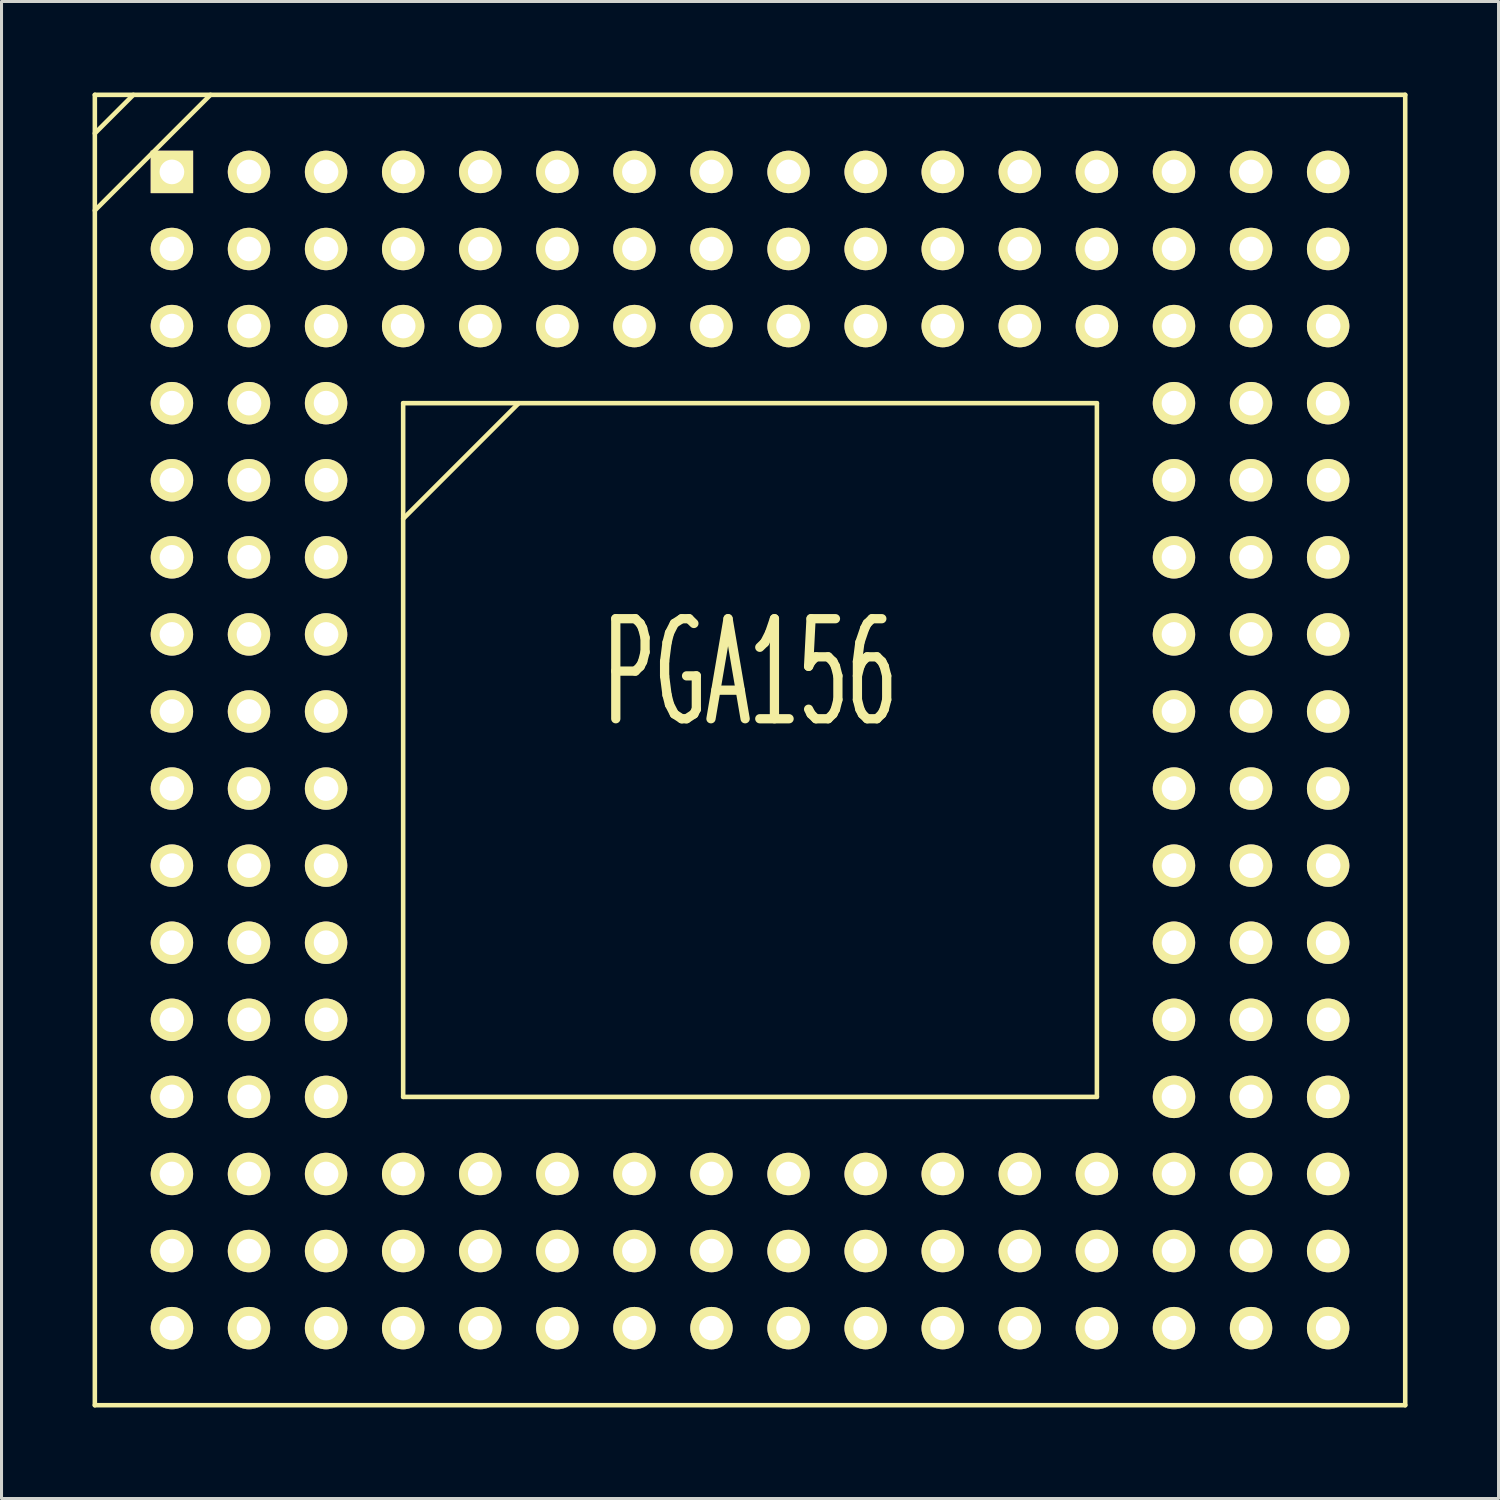
<source format=kicad_pcb>
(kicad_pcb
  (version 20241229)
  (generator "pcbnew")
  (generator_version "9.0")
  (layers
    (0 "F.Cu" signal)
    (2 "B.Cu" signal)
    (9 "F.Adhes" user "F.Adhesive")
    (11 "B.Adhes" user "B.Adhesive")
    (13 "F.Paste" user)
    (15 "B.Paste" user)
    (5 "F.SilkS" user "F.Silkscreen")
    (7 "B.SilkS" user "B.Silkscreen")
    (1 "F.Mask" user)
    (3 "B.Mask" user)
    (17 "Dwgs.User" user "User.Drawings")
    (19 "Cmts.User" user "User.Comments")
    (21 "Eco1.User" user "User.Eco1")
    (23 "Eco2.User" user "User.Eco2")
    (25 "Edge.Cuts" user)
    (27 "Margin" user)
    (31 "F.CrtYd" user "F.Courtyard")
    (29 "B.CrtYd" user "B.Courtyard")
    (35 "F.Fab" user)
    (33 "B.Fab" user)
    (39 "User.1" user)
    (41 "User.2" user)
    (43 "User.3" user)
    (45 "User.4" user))
  (footprint "PGA156"
    (layer "F.Cu")
    (at 21.665 21.665)
    (property "Reference" "PGA156" (at 0 -2.54 0) (layer "F.SilkS") (effects (font (size 3.297 1.689) (thickness 0.305))))
    (attr through_hole)
    (fp_line (start -21.59 -21.59) (end 21.59 -21.59) (stroke (width 0.15) (type solid)) (layer "F.SilkS"))
    (fp_line (start -21.59 -20.32) (end -20.32 -21.59) (stroke (width 0.15) (type solid)) (layer "F.SilkS"))
    (fp_line (start -21.59 -17.78) (end -17.78 -21.59) (stroke (width 0.15) (type solid)) (layer "F.SilkS"))
    (fp_line (start -21.59 21.59) (end -21.59 -21.59) (stroke (width 0.15) (type solid)) (layer "F.SilkS"))
    (fp_line (start -11.43 -11.43) (end 11.43 -11.43) (stroke (width 0.15) (type solid)) (layer "F.SilkS"))
    (fp_line (start -11.43 -7.62) (end -7.62 -11.43) (stroke (width 0.15) (type solid)) (layer "F.SilkS"))
    (fp_line (start -11.43 11.43) (end -11.43 -11.43) (stroke (width 0.15) (type solid)) (layer "F.SilkS"))
    (fp_line (start 11.43 -11.43) (end 11.43 11.43) (stroke (width 0.15) (type solid)) (layer "F.SilkS"))
    (fp_line (start 11.43 11.43) (end -11.43 11.43) (stroke (width 0.15) (type solid)) (layer "F.SilkS"))
    (fp_line (start 21.59 -21.59) (end 21.59 21.59) (stroke (width 0.15) (type solid)) (layer "F.SilkS"))
    (fp_line (start 21.59 21.59) (end -21.59 21.59) (stroke (width 0.15) (type solid)) (layer "F.SilkS"))
    (pad "A1" thru_hole rect (at -19.05 -19.05) (size 1.397 1.397) (drill 0.813) (layers "*.Cu" "*.Mask" "F.SilkS"))
    (pad "A2" thru_hole circle (at -16.51 -19.05) (size 1.397 1.397) (drill 0.813) (layers "*.Cu" "*.Mask" "F.SilkS"))
    (pad "A3" thru_hole circle (at -13.97 -19.05) (size 1.397 1.397) (drill 0.813) (layers "*.Cu" "*.Mask" "F.SilkS"))
    (pad "A4" thru_hole circle (at -11.43 -19.05) (size 1.397 1.397) (drill 0.813) (layers "*.Cu" "*.Mask" "F.SilkS"))
    (pad "A5" thru_hole circle (at -8.89 -19.05) (size 1.397 1.397) (drill 0.813) (layers "*.Cu" "*.Mask" "F.SilkS"))
    (pad "A6" thru_hole circle (at -6.35 -19.05) (size 1.397 1.397) (drill 0.813) (layers "*.Cu" "*.Mask" "F.SilkS"))
    (pad "A7" thru_hole circle (at -3.81 -19.05) (size 1.397 1.397) (drill 0.813) (layers "*.Cu" "*.Mask" "F.SilkS"))
    (pad "A8" thru_hole circle (at -1.27 -19.05) (size 1.397 1.397) (drill 0.813) (layers "*.Cu" "*.Mask" "F.SilkS"))
    (pad "A9" thru_hole circle (at 1.27 -19.05) (size 1.397 1.397) (drill 0.813) (layers "*.Cu" "*.Mask" "F.SilkS"))
    (pad "A10" thru_hole circle (at 3.81 -19.05) (size 1.397 1.397) (drill 0.813) (layers "*.Cu" "*.Mask" "F.SilkS"))
    (pad "A11" thru_hole circle (at 6.35 -19.05) (size 1.397 1.397) (drill 0.813) (layers "*.Cu" "*.Mask" "F.SilkS"))
    (pad "A12" thru_hole circle (at 8.89 -19.05) (size 1.397 1.397) (drill 0.813) (layers "*.Cu" "*.Mask" "F.SilkS"))
    (pad "A13" thru_hole circle (at 11.43 -19.05) (size 1.397 1.397) (drill 0.813) (layers "*.Cu" "*.Mask" "F.SilkS"))
    (pad "A14" thru_hole circle (at 13.97 -19.05) (size 1.397 1.397) (drill 0.813) (layers "*.Cu" "*.Mask" "F.SilkS"))
    (pad "A15" thru_hole circle (at 16.51 -19.05) (size 1.397 1.397) (drill 0.813) (layers "*.Cu" "*.Mask" "F.SilkS"))
    (pad "A16" thru_hole circle (at 19.05 -19.05) (size 1.397 1.397) (drill 0.813) (layers "*.Cu" "*.Mask" "F.SilkS"))
    (pad "B1" thru_hole circle (at -19.05 -16.51) (size 1.397 1.397) (drill 0.813) (layers "*.Cu" "*.Mask" "F.SilkS"))
    (pad "B2" thru_hole circle (at -16.51 -16.51) (size 1.397 1.397) (drill 0.813) (layers "*.Cu" "*.Mask" "F.SilkS"))
    (pad "B3" thru_hole circle (at -13.97 -16.51) (size 1.397 1.397) (drill 0.813) (layers "*.Cu" "*.Mask" "F.SilkS"))
    (pad "B4" thru_hole circle (at -11.43 -16.51) (size 1.397 1.397) (drill 0.813) (layers "*.Cu" "*.Mask" "F.SilkS"))
    (pad "B5" thru_hole circle (at -8.89 -16.51) (size 1.397 1.397) (drill 0.813) (layers "*.Cu" "*.Mask" "F.SilkS"))
    (pad "B6" thru_hole circle (at -6.35 -16.51) (size 1.397 1.397) (drill 0.813) (layers "*.Cu" "*.Mask" "F.SilkS"))
    (pad "B7" thru_hole circle (at -3.81 -16.51) (size 1.397 1.397) (drill 0.813) (layers "*.Cu" "*.Mask" "F.SilkS"))
    (pad "B8" thru_hole circle (at -1.27 -16.51) (size 1.397 1.397) (drill 0.813) (layers "*.Cu" "*.Mask" "F.SilkS"))
    (pad "B9" thru_hole circle (at 1.27 -16.51) (size 1.397 1.397) (drill 0.813) (layers "*.Cu" "*.Mask" "F.SilkS"))
    (pad "B10" thru_hole circle (at 3.81 -16.51) (size 1.397 1.397) (drill 0.813) (layers "*.Cu" "*.Mask" "F.SilkS"))
    (pad "B11" thru_hole circle (at 6.35 -16.51) (size 1.397 1.397) (drill 0.813) (layers "*.Cu" "*.Mask" "F.SilkS"))
    (pad "B12" thru_hole circle (at 8.89 -16.51) (size 1.397 1.397) (drill 0.813) (layers "*.Cu" "*.Mask" "F.SilkS"))
    (pad "B13" thru_hole circle (at 11.43 -16.51) (size 1.397 1.397) (drill 0.813) (layers "*.Cu" "*.Mask" "F.SilkS"))
    (pad "B14" thru_hole circle (at 13.97 -16.51) (size 1.397 1.397) (drill 0.813) (layers "*.Cu" "*.Mask" "F.SilkS"))
    (pad "B15" thru_hole circle (at 16.51 -16.51) (size 1.397 1.397) (drill 0.813) (layers "*.Cu" "*.Mask" "F.SilkS"))
    (pad "B16" thru_hole circle (at 19.05 -16.51) (size 1.397 1.397) (drill 0.813) (layers "*.Cu" "*.Mask" "F.SilkS"))
    (pad "C1" thru_hole circle (at -19.05 -13.97) (size 1.397 1.397) (drill 0.813) (layers "*.Cu" "*.Mask" "F.SilkS"))
    (pad "C2" thru_hole circle (at -16.51 -13.97) (size 1.397 1.397) (drill 0.813) (layers "*.Cu" "*.Mask" "F.SilkS"))
    (pad "C3" thru_hole circle (at -13.97 -13.97) (size 1.397 1.397) (drill 0.813) (layers "*.Cu" "*.Mask" "F.SilkS"))
    (pad "C4" thru_hole circle (at -11.43 -13.97) (size 1.397 1.397) (drill 0.813) (layers "*.Cu" "*.Mask" "F.SilkS"))
    (pad "C5" thru_hole circle (at -8.89 -13.97) (size 1.397 1.397) (drill 0.813) (layers "*.Cu" "*.Mask" "F.SilkS"))
    (pad "C6" thru_hole circle (at -6.35 -13.97) (size 1.397 1.397) (drill 0.813) (layers "*.Cu" "*.Mask" "F.SilkS"))
    (pad "C7" thru_hole circle (at -3.81 -13.97) (size 1.397 1.397) (drill 0.813) (layers "*.Cu" "*.Mask" "F.SilkS"))
    (pad "C8" thru_hole circle (at -1.27 -13.97) (size 1.397 1.397) (drill 0.813) (layers "*.Cu" "*.Mask" "F.SilkS"))
    (pad "C9" thru_hole circle (at 1.27 -13.97) (size 1.397 1.397) (drill 0.813) (layers "*.Cu" "*.Mask" "F.SilkS"))
    (pad "C10" thru_hole circle (at 3.81 -13.97) (size 1.397 1.397) (drill 0.813) (layers "*.Cu" "*.Mask" "F.SilkS"))
    (pad "C11" thru_hole circle (at 6.35 -13.97) (size 1.397 1.397) (drill 0.813) (layers "*.Cu" "*.Mask" "F.SilkS"))
    (pad "C12" thru_hole circle (at 8.89 -13.97) (size 1.397 1.397) (drill 0.813) (layers "*.Cu" "*.Mask" "F.SilkS"))
    (pad "C13" thru_hole circle (at 11.43 -13.97) (size 1.397 1.397) (drill 0.813) (layers "*.Cu" "*.Mask" "F.SilkS"))
    (pad "C14" thru_hole circle (at 13.97 -13.97) (size 1.397 1.397) (drill 0.813) (layers "*.Cu" "*.Mask" "F.SilkS"))
    (pad "C15" thru_hole circle (at 16.51 -13.97) (size 1.397 1.397) (drill 0.813) (layers "*.Cu" "*.Mask" "F.SilkS"))
    (pad "C16" thru_hole circle (at 19.05 -13.97) (size 1.397 1.397) (drill 0.813) (layers "*.Cu" "*.Mask" "F.SilkS"))
    (pad "D1" thru_hole circle (at -19.05 -11.43) (size 1.397 1.397) (drill 0.813) (layers "*.Cu" "*.Mask" "F.SilkS"))
    (pad "D2" thru_hole circle (at -16.51 -11.43) (size 1.397 1.397) (drill 0.813) (layers "*.Cu" "*.Mask" "F.SilkS"))
    (pad "D3" thru_hole circle (at -13.97 -11.43) (size 1.397 1.397) (drill 0.813) (layers "*.Cu" "*.Mask" "F.SilkS"))
    (pad "D14" thru_hole circle (at 13.97 -11.43) (size 1.397 1.397) (drill 0.813) (layers "*.Cu" "*.Mask" "F.SilkS"))
    (pad "D15" thru_hole circle (at 16.51 -11.43) (size 1.397 1.397) (drill 0.813) (layers "*.Cu" "*.Mask" "F.SilkS"))
    (pad "D16" thru_hole circle (at 19.05 -11.43) (size 1.397 1.397) (drill 0.813) (layers "*.Cu" "*.Mask" "F.SilkS"))
    (pad "E1" thru_hole circle (at -19.05 -8.89) (size 1.397 1.397) (drill 0.813) (layers "*.Cu" "*.Mask" "F.SilkS"))
    (pad "E2" thru_hole circle (at -16.51 -8.89) (size 1.397 1.397) (drill 0.813) (layers "*.Cu" "*.Mask" "F.SilkS"))
    (pad "E3" thru_hole circle (at -13.97 -8.89) (size 1.397 1.397) (drill 0.813) (layers "*.Cu" "*.Mask" "F.SilkS"))
    (pad "E14" thru_hole circle (at 13.97 -8.89) (size 1.397 1.397) (drill 0.813) (layers "*.Cu" "*.Mask" "F.SilkS"))
    (pad "E15" thru_hole circle (at 16.51 -8.89) (size 1.397 1.397) (drill 0.813) (layers "*.Cu" "*.Mask" "F.SilkS"))
    (pad "E16" thru_hole circle (at 19.05 -8.89) (size 1.397 1.397) (drill 0.813) (layers "*.Cu" "*.Mask" "F.SilkS"))
    (pad "F1" thru_hole circle (at -19.05 -6.35) (size 1.397 1.397) (drill 0.813) (layers "*.Cu" "*.Mask" "F.SilkS"))
    (pad "F2" thru_hole circle (at -16.51 -6.35) (size 1.397 1.397) (drill 0.813) (layers "*.Cu" "*.Mask" "F.SilkS"))
    (pad "F3" thru_hole circle (at -13.97 -6.35) (size 1.397 1.397) (drill 0.813) (layers "*.Cu" "*.Mask" "F.SilkS"))
    (pad "F14" thru_hole circle (at 13.97 -6.35) (size 1.397 1.397) (drill 0.813) (layers "*.Cu" "*.Mask" "F.SilkS"))
    (pad "F15" thru_hole circle (at 16.51 -6.35) (size 1.397 1.397) (drill 0.813) (layers "*.Cu" "*.Mask" "F.SilkS"))
    (pad "F16" thru_hole circle (at 19.05 -6.35) (size 1.397 1.397) (drill 0.813) (layers "*.Cu" "*.Mask" "F.SilkS"))
    (pad "G1" thru_hole circle (at -19.05 -3.81) (size 1.397 1.397) (drill 0.813) (layers "*.Cu" "*.Mask" "F.SilkS"))
    (pad "G2" thru_hole circle (at -16.51 -3.81) (size 1.397 1.397) (drill 0.813) (layers "*.Cu" "*.Mask" "F.SilkS"))
    (pad "G3" thru_hole circle (at -13.97 -3.81) (size 1.397 1.397) (drill 0.813) (layers "*.Cu" "*.Mask" "F.SilkS"))
    (pad "G14" thru_hole circle (at 13.97 -3.81) (size 1.397 1.397) (drill 0.813) (layers "*.Cu" "*.Mask" "F.SilkS"))
    (pad "G15" thru_hole circle (at 16.51 -3.81) (size 1.397 1.397) (drill 0.813) (layers "*.Cu" "*.Mask" "F.SilkS"))
    (pad "G16" thru_hole circle (at 19.05 -3.81) (size 1.397 1.397) (drill 0.813) (layers "*.Cu" "*.Mask" "F.SilkS"))
    (pad "H1" thru_hole circle (at -19.05 -1.27) (size 1.397 1.397) (drill 0.813) (layers "*.Cu" "*.Mask" "F.SilkS"))
    (pad "H2" thru_hole circle (at -16.51 -1.27) (size 1.397 1.397) (drill 0.813) (layers "*.Cu" "*.Mask" "F.SilkS"))
    (pad "H3" thru_hole circle (at -13.97 -1.27) (size 1.397 1.397) (drill 0.813) (layers "*.Cu" "*.Mask" "F.SilkS"))
    (pad "H14" thru_hole circle (at 13.97 -1.27) (size 1.397 1.397) (drill 0.813) (layers "*.Cu" "*.Mask" "F.SilkS"))
    (pad "H15" thru_hole circle (at 16.51 -1.27) (size 1.397 1.397) (drill 0.813) (layers "*.Cu" "*.Mask" "F.SilkS"))
    (pad "H16" thru_hole circle (at 19.05 -1.27) (size 1.397 1.397) (drill 0.813) (layers "*.Cu" "*.Mask" "F.SilkS"))
    (pad "J1" thru_hole circle (at -19.05 1.27) (size 1.397 1.397) (drill 0.813) (layers "*.Cu" "*.Mask" "F.SilkS"))
    (pad "J2" thru_hole circle (at -16.51 1.27) (size 1.397 1.397) (drill 0.813) (layers "*.Cu" "*.Mask" "F.SilkS"))
    (pad "J3" thru_hole circle (at -13.97 1.27) (size 1.397 1.397) (drill 0.813) (layers "*.Cu" "*.Mask" "F.SilkS"))
    (pad "J14" thru_hole circle (at 13.97 1.27) (size 1.397 1.397) (drill 0.813) (layers "*.Cu" "*.Mask" "F.SilkS"))
    (pad "J15" thru_hole circle (at 16.51 1.27) (size 1.397 1.397) (drill 0.813) (layers "*.Cu" "*.Mask" "F.SilkS"))
    (pad "J16" thru_hole circle (at 19.05 1.27) (size 1.397 1.397) (drill 0.813) (layers "*.Cu" "*.Mask" "F.SilkS"))
    (pad "K1" thru_hole circle (at -19.05 3.81) (size 1.397 1.397) (drill 0.813) (layers "*.Cu" "*.Mask" "F.SilkS"))
    (pad "K2" thru_hole circle (at -16.51 3.81) (size 1.397 1.397) (drill 0.813) (layers "*.Cu" "*.Mask" "F.SilkS"))
    (pad "K3" thru_hole circle (at -13.97 3.81) (size 1.397 1.397) (drill 0.813) (layers "*.Cu" "*.Mask" "F.SilkS"))
    (pad "K14" thru_hole circle (at 13.97 3.81) (size 1.397 1.397) (drill 0.813) (layers "*.Cu" "*.Mask" "F.SilkS"))
    (pad "K15" thru_hole circle (at 16.51 3.81) (size 1.397 1.397) (drill 0.813) (layers "*.Cu" "*.Mask" "F.SilkS"))
    (pad "K16" thru_hole circle (at 19.05 3.81) (size 1.397 1.397) (drill 0.813) (layers "*.Cu" "*.Mask" "F.SilkS"))
    (pad "L1" thru_hole circle (at -19.05 6.35) (size 1.397 1.397) (drill 0.813) (layers "*.Cu" "*.Mask" "F.SilkS"))
    (pad "L2" thru_hole circle (at -16.51 6.35) (size 1.397 1.397) (drill 0.813) (layers "*.Cu" "*.Mask" "F.SilkS"))
    (pad "L3" thru_hole circle (at -13.97 6.35) (size 1.397 1.397) (drill 0.813) (layers "*.Cu" "*.Mask" "F.SilkS"))
    (pad "L14" thru_hole circle (at 13.97 6.35) (size 1.397 1.397) (drill 0.813) (layers "*.Cu" "*.Mask" "F.SilkS"))
    (pad "L15" thru_hole circle (at 16.51 6.35) (size 1.397 1.397) (drill 0.813) (layers "*.Cu" "*.Mask" "F.SilkS"))
    (pad "L16" thru_hole circle (at 19.05 6.35) (size 1.397 1.397) (drill 0.813) (layers "*.Cu" "*.Mask" "F.SilkS"))
    (pad "M1" thru_hole circle (at -19.05 8.89) (size 1.397 1.397) (drill 0.813) (layers "*.Cu" "*.Mask" "F.SilkS"))
    (pad "M2" thru_hole circle (at -16.51 8.89) (size 1.397 1.397) (drill 0.813) (layers "*.Cu" "*.Mask" "F.SilkS"))
    (pad "M3" thru_hole circle (at -13.97 8.89) (size 1.397 1.397) (drill 0.813) (layers "*.Cu" "*.Mask" "F.SilkS"))
    (pad "M14" thru_hole circle (at 13.97 8.89) (size 1.397 1.397) (drill 0.813) (layers "*.Cu" "*.Mask" "F.SilkS"))
    (pad "M15" thru_hole circle (at 16.51 8.89) (size 1.397 1.397) (drill 0.813) (layers "*.Cu" "*.Mask" "F.SilkS"))
    (pad "M16" thru_hole circle (at 19.05 8.89) (size 1.397 1.397) (drill 0.813) (layers "*.Cu" "*.Mask" "F.SilkS"))
    (pad "N1" thru_hole circle (at -19.05 11.43) (size 1.397 1.397) (drill 0.813) (layers "*.Cu" "*.Mask" "F.SilkS"))
    (pad "N2" thru_hole circle (at -16.51 11.43) (size 1.397 1.397) (drill 0.813) (layers "*.Cu" "*.Mask" "F.SilkS"))
    (pad "N3" thru_hole circle (at -13.97 11.43) (size 1.397 1.397) (drill 0.813) (layers "*.Cu" "*.Mask" "F.SilkS"))
    (pad "N14" thru_hole circle (at 13.97 11.43) (size 1.397 1.397) (drill 0.813) (layers "*.Cu" "*.Mask" "F.SilkS"))
    (pad "N15" thru_hole circle (at 16.51 11.43) (size 1.397 1.397) (drill 0.813) (layers "*.Cu" "*.Mask" "F.SilkS"))
    (pad "N16" thru_hole circle (at 19.05 11.43) (size 1.397 1.397) (drill 0.813) (layers "*.Cu" "*.Mask" "F.SilkS"))
    (pad "P1" thru_hole circle (at -19.05 13.97) (size 1.397 1.397) (drill 0.813) (layers "*.Cu" "*.Mask" "F.SilkS"))
    (pad "P2" thru_hole circle (at -16.51 13.97) (size 1.397 1.397) (drill 0.813) (layers "*.Cu" "*.Mask" "F.SilkS"))
    (pad "P3" thru_hole circle (at -13.97 13.97) (size 1.397 1.397) (drill 0.813) (layers "*.Cu" "*.Mask" "F.SilkS"))
    (pad "P4" thru_hole circle (at -11.43 13.97) (size 1.397 1.397) (drill 0.813) (layers "*.Cu" "*.Mask" "F.SilkS"))
    (pad "P5" thru_hole circle (at -8.89 13.97) (size 1.397 1.397) (drill 0.813) (layers "*.Cu" "*.Mask" "F.SilkS"))
    (pad "P6" thru_hole circle (at -6.35 13.97) (size 1.397 1.397) (drill 0.813) (layers "*.Cu" "*.Mask" "F.SilkS"))
    (pad "P7" thru_hole circle (at -3.81 13.97) (size 1.397 1.397) (drill 0.813) (layers "*.Cu" "*.Mask" "F.SilkS"))
    (pad "P8" thru_hole circle (at -1.27 13.97) (size 1.397 1.397) (drill 0.813) (layers "*.Cu" "*.Mask" "F.SilkS"))
    (pad "P9" thru_hole circle (at 1.27 13.97) (size 1.397 1.397) (drill 0.813) (layers "*.Cu" "*.Mask" "F.SilkS"))
    (pad "P10" thru_hole circle (at 3.81 13.97) (size 1.397 1.397) (drill 0.813) (layers "*.Cu" "*.Mask" "F.SilkS"))
    (pad "P11" thru_hole circle (at 6.35 13.97) (size 1.397 1.397) (drill 0.813) (layers "*.Cu" "*.Mask" "F.SilkS"))
    (pad "P12" thru_hole circle (at 8.89 13.97) (size 1.397 1.397) (drill 0.813) (layers "*.Cu" "*.Mask" "F.SilkS"))
    (pad "P13" thru_hole circle (at 11.43 13.97) (size 1.397 1.397) (drill 0.813) (layers "*.Cu" "*.Mask" "F.SilkS"))
    (pad "P14" thru_hole circle (at 13.97 13.97) (size 1.397 1.397) (drill 0.813) (layers "*.Cu" "*.Mask" "F.SilkS"))
    (pad "P15" thru_hole circle (at 16.51 13.97) (size 1.397 1.397) (drill 0.813) (layers "*.Cu" "*.Mask" "F.SilkS"))
    (pad "P16" thru_hole circle (at 19.05 13.97) (size 1.397 1.397) (drill 0.813) (layers "*.Cu" "*.Mask" "F.SilkS"))
    (pad "R1" thru_hole circle (at -19.05 16.51) (size 1.397 1.397) (drill 0.813) (layers "*.Cu" "*.Mask" "F.SilkS"))
    (pad "R2" thru_hole circle (at -16.51 16.51) (size 1.397 1.397) (drill 0.813) (layers "*.Cu" "*.Mask" "F.SilkS"))
    (pad "R3" thru_hole circle (at -13.97 16.51) (size 1.397 1.397) (drill 0.813) (layers "*.Cu" "*.Mask" "F.SilkS"))
    (pad "R4" thru_hole circle (at -11.43 16.51) (size 1.397 1.397) (drill 0.813) (layers "*.Cu" "*.Mask" "F.SilkS"))
    (pad "R5" thru_hole circle (at -8.89 16.51) (size 1.397 1.397) (drill 0.813) (layers "*.Cu" "*.Mask" "F.SilkS"))
    (pad "R6" thru_hole circle (at -6.35 16.51) (size 1.397 1.397) (drill 0.813) (layers "*.Cu" "*.Mask" "F.SilkS"))
    (pad "R7" thru_hole circle (at -3.81 16.51) (size 1.397 1.397) (drill 0.813) (layers "*.Cu" "*.Mask" "F.SilkS"))
    (pad "R8" thru_hole circle (at -1.27 16.51) (size 1.397 1.397) (drill 0.813) (layers "*.Cu" "*.Mask" "F.SilkS"))
    (pad "R9" thru_hole circle (at 1.27 16.51) (size 1.397 1.397) (drill 0.813) (layers "*.Cu" "*.Mask" "F.SilkS"))
    (pad "R10" thru_hole circle (at 3.81 16.51) (size 1.397 1.397) (drill 0.813) (layers "*.Cu" "*.Mask" "F.SilkS"))
    (pad "R11" thru_hole circle (at 6.35 16.51) (size 1.397 1.397) (drill 0.813) (layers "*.Cu" "*.Mask" "F.SilkS"))
    (pad "R12" thru_hole circle (at 8.89 16.51) (size 1.397 1.397) (drill 0.813) (layers "*.Cu" "*.Mask" "F.SilkS"))
    (pad "R13" thru_hole circle (at 11.43 16.51) (size 1.397 1.397) (drill 0.813) (layers "*.Cu" "*.Mask" "F.SilkS"))
    (pad "R14" thru_hole circle (at 13.97 16.51) (size 1.397 1.397) (drill 0.813) (layers "*.Cu" "*.Mask" "F.SilkS"))
    (pad "R15" thru_hole circle (at 16.51 16.51) (size 1.397 1.397) (drill 0.813) (layers "*.Cu" "*.Mask" "F.SilkS"))
    (pad "R16" thru_hole circle (at 19.05 16.51) (size 1.397 1.397) (drill 0.813) (layers "*.Cu" "*.Mask" "F.SilkS"))
    (pad "T1" thru_hole circle (at -19.05 19.05) (size 1.397 1.397) (drill 0.813) (layers "*.Cu" "*.Mask" "F.SilkS"))
    (pad "T2" thru_hole circle (at -16.51 19.05) (size 1.397 1.397) (drill 0.813) (layers "*.Cu" "*.Mask" "F.SilkS"))
    (pad "T3" thru_hole circle (at -13.97 19.05) (size 1.397 1.397) (drill 0.813) (layers "*.Cu" "*.Mask" "F.SilkS"))
    (pad "T4" thru_hole circle (at -11.43 19.05) (size 1.397 1.397) (drill 0.813) (layers "*.Cu" "*.Mask" "F.SilkS"))
    (pad "T5" thru_hole circle (at -8.89 19.05) (size 1.397 1.397) (drill 0.813) (layers "*.Cu" "*.Mask" "F.SilkS"))
    (pad "T6" thru_hole circle (at -6.35 19.05) (size 1.397 1.397) (drill 0.813) (layers "*.Cu" "*.Mask" "F.SilkS"))
    (pad "T7" thru_hole circle (at -3.81 19.05) (size 1.397 1.397) (drill 0.813) (layers "*.Cu" "*.Mask" "F.SilkS"))
    (pad "T8" thru_hole circle (at -1.27 19.05) (size 1.397 1.397) (drill 0.813) (layers "*.Cu" "*.Mask" "F.SilkS"))
    (pad "T9" thru_hole circle (at 1.27 19.05) (size 1.397 1.397) (drill 0.813) (layers "*.Cu" "*.Mask" "F.SilkS"))
    (pad "T10" thru_hole circle (at 3.81 19.05) (size 1.397 1.397) (drill 0.813) (layers "*.Cu" "*.Mask" "F.SilkS"))
    (pad "T11" thru_hole circle (at 6.35 19.05) (size 1.397 1.397) (drill 0.813) (layers "*.Cu" "*.Mask" "F.SilkS"))
    (pad "T12" thru_hole circle (at 8.89 19.05) (size 1.397 1.397) (drill 0.813) (layers "*.Cu" "*.Mask" "F.SilkS"))
    (pad "T13" thru_hole circle (at 11.43 19.05) (size 1.397 1.397) (drill 0.813) (layers "*.Cu" "*.Mask" "F.SilkS"))
    (pad "T14" thru_hole circle (at 13.97 19.05) (size 1.397 1.397) (drill 0.813) (layers "*.Cu" "*.Mask" "F.SilkS"))
    (pad "T15" thru_hole circle (at 16.51 19.05) (size 1.397 1.397) (drill 0.813) (layers "*.Cu" "*.Mask" "F.SilkS"))
    (pad "T16" thru_hole circle (at 19.05 19.05) (size 1.397 1.397) (drill 0.813) (layers "*.Cu" "*.Mask" "F.SilkS")))
  (gr_rect
    (start -3 -3)
    (end 46.33 46.33)
    (stroke (width 0.1) (type default))
    (fill no)
    (layer "Edge.Cuts")))
</source>
